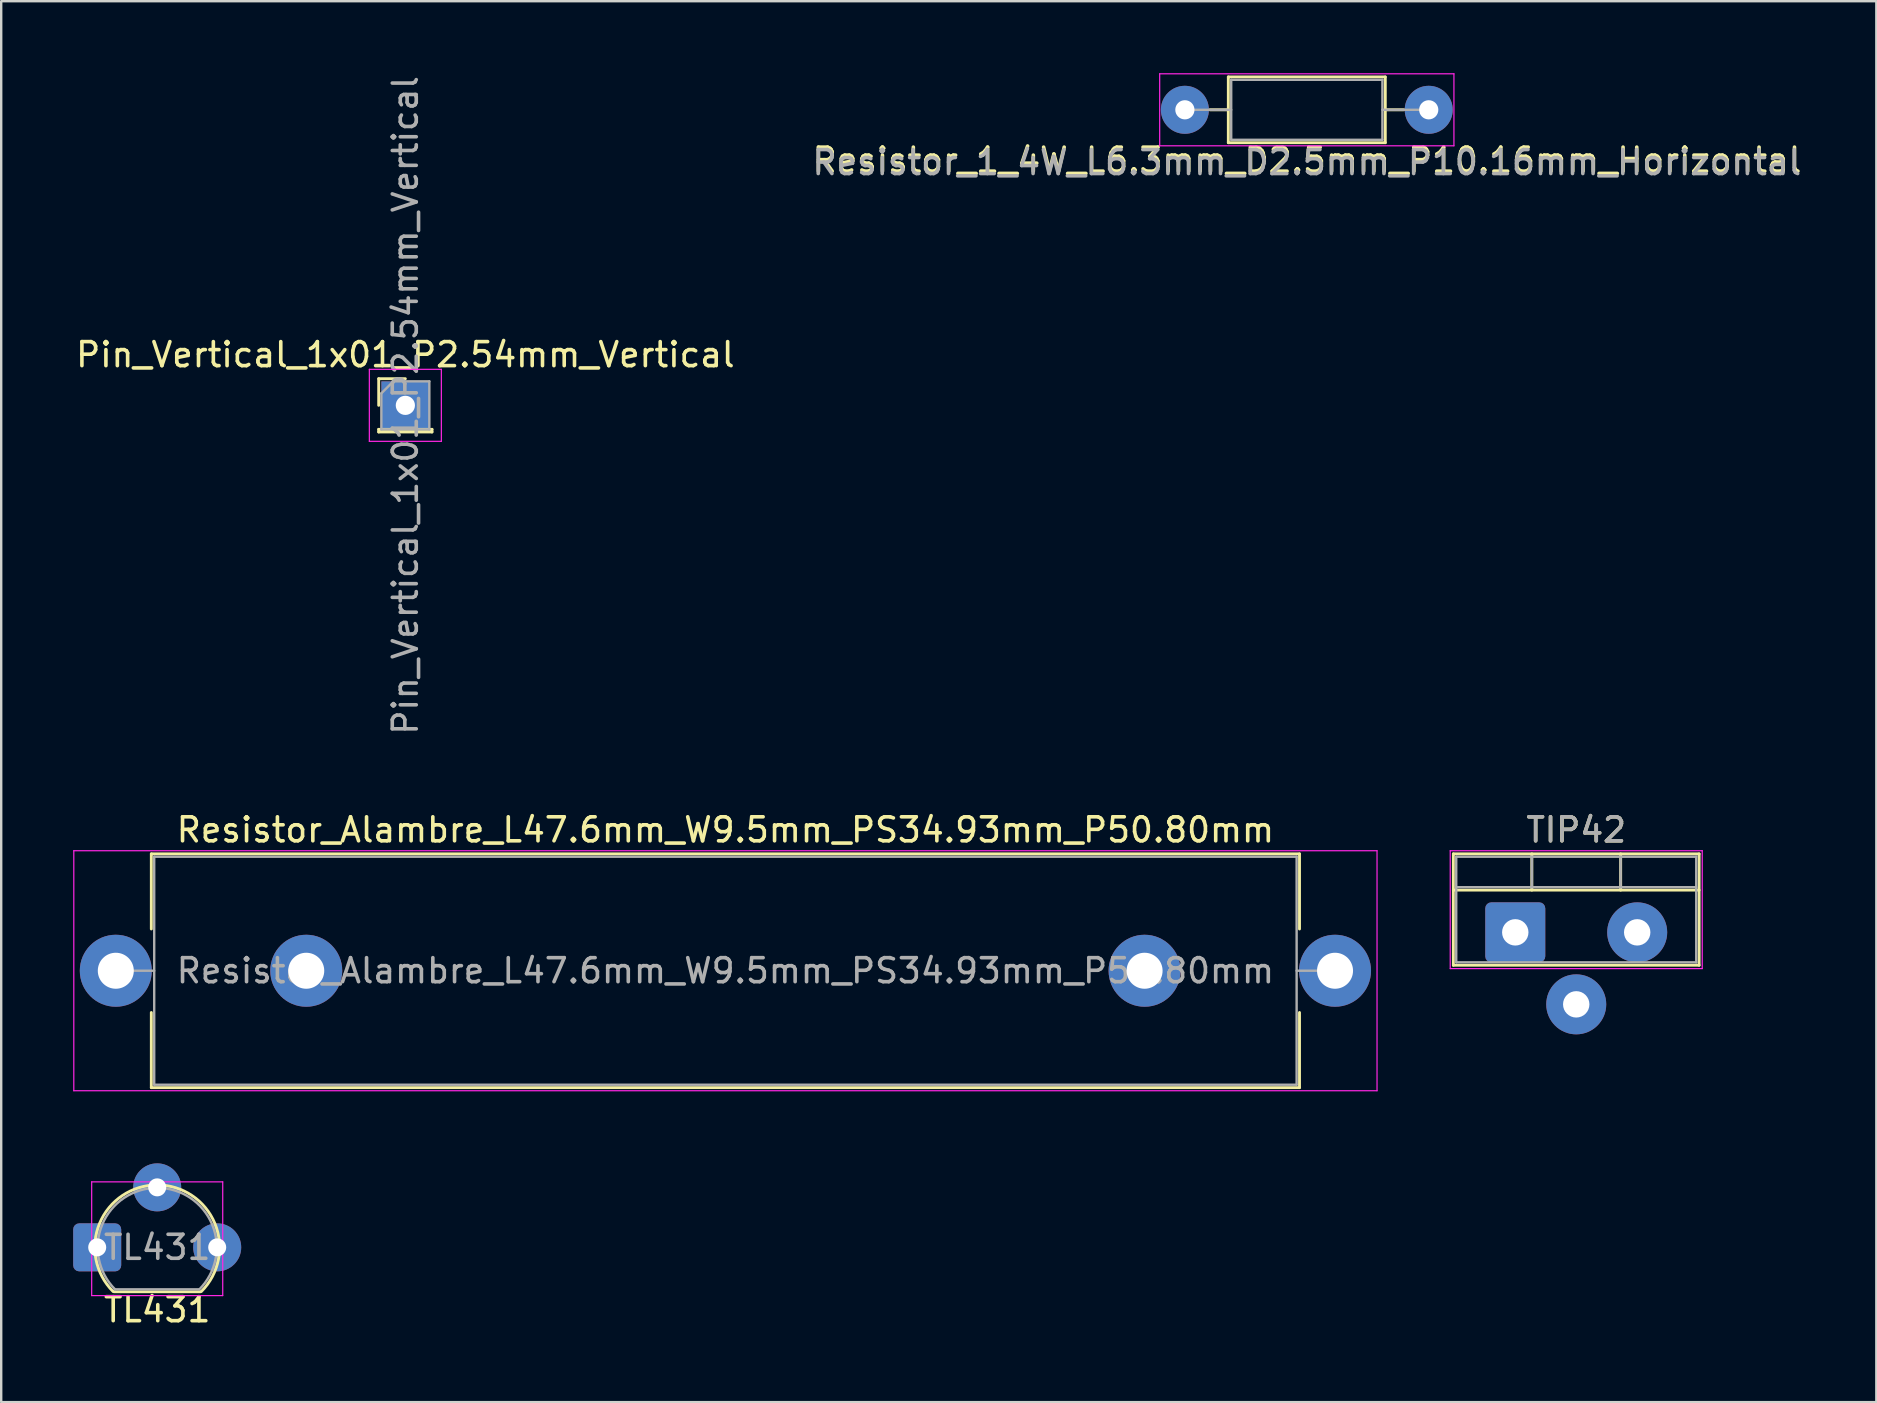
<source format=kicad_pcb>
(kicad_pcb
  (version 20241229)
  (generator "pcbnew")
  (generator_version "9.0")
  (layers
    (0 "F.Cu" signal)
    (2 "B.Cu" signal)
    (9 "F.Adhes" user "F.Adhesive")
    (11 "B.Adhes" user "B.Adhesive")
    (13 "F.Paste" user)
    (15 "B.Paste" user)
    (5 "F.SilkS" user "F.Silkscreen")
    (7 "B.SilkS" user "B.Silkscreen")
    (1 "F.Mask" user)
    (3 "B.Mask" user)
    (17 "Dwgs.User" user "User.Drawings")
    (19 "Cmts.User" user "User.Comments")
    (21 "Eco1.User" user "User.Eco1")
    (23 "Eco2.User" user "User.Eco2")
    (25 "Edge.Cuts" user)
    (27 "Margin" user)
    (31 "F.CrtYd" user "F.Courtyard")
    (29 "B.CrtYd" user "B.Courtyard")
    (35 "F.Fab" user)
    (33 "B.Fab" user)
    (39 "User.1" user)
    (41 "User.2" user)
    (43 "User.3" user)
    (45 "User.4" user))
  (footprint "Resistor_1_4W_L6.3mm_D2.5mm_P10.16mm_Horizontal"
    (layer "F.Cu")
    (at 51.399 1.525)
    (property "Reference" "Resistor_1_4W_L6.3mm_D2.5mm_P10.16mm_Horizontal" (at 0.01 2.1 0) (layer "F.SilkS") (effects (font (size 1 1) (thickness 0.15))))
    (attr through_hole)
    (fp_line (start -4.04 0) (end -3.27 0) (stroke (width 0.12) (type solid)) (layer "F.SilkS"))
    (fp_line (start -3.27 -1.37) (end -3.27 1.37) (stroke (width 0.12) (type solid)) (layer "F.SilkS"))
    (fp_line (start -3.27 1.37) (end 3.27 1.37) (stroke (width 0.12) (type solid)) (layer "F.SilkS"))
    (fp_line (start 3.27 -1.37) (end -3.27 -1.37) (stroke (width 0.12) (type solid)) (layer "F.SilkS"))
    (fp_line (start 3.27 1.37) (end 3.27 -1.37) (stroke (width 0.12) (type solid)) (layer "F.SilkS"))
    (fp_line (start 4.04 0) (end 3.27 0) (stroke (width 0.12) (type solid)) (layer "F.SilkS"))
    (fp_line (start -6.13 -1.5) (end -6.13 1.5) (stroke (width 0.05) (type solid)) (layer "F.CrtYd"))
    (fp_line (start -6.13 1.5) (end 6.13 1.5) (stroke (width 0.05) (type solid)) (layer "F.CrtYd"))
    (fp_line (start 6.13 -1.5) (end -6.13 -1.5) (stroke (width 0.05) (type solid)) (layer "F.CrtYd"))
    (fp_line (start 6.13 1.5) (end 6.13 -1.5) (stroke (width 0.05) (type solid)) (layer "F.CrtYd"))
    (fp_line (start -5.08 0) (end -3.15 0) (stroke (width 0.1) (type solid)) (layer "F.Fab"))
    (fp_line (start -3.15 -1.25) (end -3.15 1.25) (stroke (width 0.1) (type solid)) (layer "F.Fab"))
    (fp_line (start -3.15 1.25) (end 3.15 1.25) (stroke (width 0.1) (type solid)) (layer "F.Fab"))
    (fp_line (start 3.15 -1.25) (end -3.15 -1.25) (stroke (width 0.1) (type solid)) (layer "F.Fab"))
    (fp_line (start 3.15 1.25) (end 3.15 -1.25) (stroke (width 0.1) (type solid)) (layer "F.Fab"))
    (fp_line (start 5.08 0) (end 3.15 0) (stroke (width 0.1) (type solid)) (layer "F.Fab"))
    (fp_text user "${REFERENCE}" (at 0 2.2 0) (layer "F.Fab") (effects (font (size 1 1) (thickness 0.15))))
    (pad "1" thru_hole circle (at -5.08 0) (size 2 2) (drill 0.8) (layers "*.Cu" "*.Mask"))
    (pad "2" thru_hole circle (at 5.08 0) (size 2 2) (drill 0.8) (layers "*.Cu" "*.Mask")))
  (footprint "Pin_Vertical_1x01_P2.54mm_Vertical"
    (layer "F.Cu")
    (at 13.839 13.839)
    (property "Reference" "Pin_Vertical_1x01_P2.54mm_Vertical" (at 0 -2.11 0) (layer "F.SilkS") (effects (font (size 1 1) (thickness 0.15))))
    (attr through_hole)
    (fp_line (start -1.11 -1.11) (end 0 -1.11) (stroke (width 0.12) (type solid)) (layer "F.SilkS"))
    (fp_line (start -1.11 0) (end -1.11 -1.11) (stroke (width 0.12) (type solid)) (layer "F.SilkS"))
    (fp_line (start -1.11 1) (end -1.11 1.11) (stroke (width 0.12) (type solid)) (layer "F.SilkS"))
    (fp_line (start -1.11 1) (end 1.11 1) (stroke (width 0.12) (type solid)) (layer "F.SilkS"))
    (fp_line (start -1.11 1.11) (end 1.11 1.11) (stroke (width 0.12) (type solid)) (layer "F.SilkS"))
    (fp_line (start 1.11 1) (end 1.11 1.11) (stroke (width 0.12) (type solid)) (layer "F.SilkS"))
    (fp_line (start -1.5 -1.5) (end -1.5 1.5) (stroke (width 0.05) (type solid)) (layer "F.CrtYd"))
    (fp_line (start -1.5 1.5) (end 1.5 1.5) (stroke (width 0.05) (type solid)) (layer "F.CrtYd"))
    (fp_line (start 1.5 -1.5) (end -1.5 -1.5) (stroke (width 0.05) (type solid)) (layer "F.CrtYd"))
    (fp_line (start 1.5 1.5) (end 1.5 -1.5) (stroke (width 0.05) (type solid)) (layer "F.CrtYd"))
    (fp_line (start -1 -0.5) (end -0.5 -1) (stroke (width 0.1) (type solid)) (layer "F.Fab"))
    (fp_line (start -1 1) (end -1 -0.5) (stroke (width 0.1) (type solid)) (layer "F.Fab"))
    (fp_line (start -0.5 -1) (end 1 -1) (stroke (width 0.1) (type solid)) (layer "F.Fab"))
    (fp_line (start 1 -1) (end 1 1) (stroke (width 0.1) (type solid)) (layer "F.Fab"))
    (fp_line (start 1 1) (end -1 1) (stroke (width 0.1) (type solid)) (layer "F.Fab"))
    (fp_text user "${REFERENCE}" (at 0 0 90) (layer "F.Fab") (effects (font (size 1 1) (thickness 0.15))))
    (pad "1" thru_hole rect (at 0 0) (size 2 2) (drill 0.8) (layers "*.Cu" "*.Mask")))
  (footprint "Resistor_Alambre_L47.6mm_W9.5mm_PS34.93mm_P50.80mm"
    (layer "F.Cu")
    (at 1.775 37.397)
    (property "Reference" "Resistor_Alambre_L47.6mm_W9.5mm_PS34.93mm_P50.80mm" (at 25.4 -5.87 0) (layer "F.SilkS") (effects (font (size 1 1) (thickness 0.15))))
    (attr through_hole)
    (fp_line (start 1.48 -4.87) (end 49.32 -4.87) (stroke (width 0.12) (type solid)) (layer "F.SilkS"))
    (fp_line (start 1.48 -1.74) (end 1.48 -4.87) (stroke (width 0.12) (type solid)) (layer "F.SilkS"))
    (fp_line (start 1.48 1.74) (end 1.48 4.87) (stroke (width 0.12) (type solid)) (layer "F.SilkS"))
    (fp_line (start 1.48 4.87) (end 49.32 4.87) (stroke (width 0.12) (type solid)) (layer "F.SilkS"))
    (fp_line (start 49.32 -4.87) (end 49.32 -1.74) (stroke (width 0.12) (type solid)) (layer "F.SilkS"))
    (fp_line (start 49.32 4.87) (end 49.32 1.74) (stroke (width 0.12) (type solid)) (layer "F.SilkS"))
    (fp_line (start -1.75 -5) (end -1.75 5) (stroke (width 0.05) (type solid)) (layer "F.CrtYd"))
    (fp_line (start -1.75 5) (end 52.55 5) (stroke (width 0.05) (type solid)) (layer "F.CrtYd"))
    (fp_line (start 52.55 -5) (end -1.75 -5) (stroke (width 0.05) (type solid)) (layer "F.CrtYd"))
    (fp_line (start 52.55 5) (end 52.55 -5) (stroke (width 0.05) (type solid)) (layer "F.CrtYd"))
    (fp_line (start 0 0) (end 1.6 0) (stroke (width 0.1) (type solid)) (layer "F.Fab"))
    (fp_line (start 1.6 -4.75) (end 1.6 4.75) (stroke (width 0.1) (type solid)) (layer "F.Fab"))
    (fp_line (start 1.6 4.75) (end 49.2 4.75) (stroke (width 0.1) (type solid)) (layer "F.Fab"))
    (fp_line (start 49.2 -4.75) (end 1.6 -4.75) (stroke (width 0.1) (type solid)) (layer "F.Fab"))
    (fp_line (start 49.2 4.75) (end 49.2 -4.75) (stroke (width 0.1) (type solid)) (layer "F.Fab"))
    (fp_line (start 50.8 0) (end 49.2 0) (stroke (width 0.1) (type solid)) (layer "F.Fab"))
    (fp_text user "${REFERENCE}" (at 25.4 0 0) (layer "F.Fab") (effects (font (size 1 1) (thickness 0.15))))
    (pad "1" thru_hole circle (at 0 0) (size 3 3) (drill 1.5) (layers "*.Cu" "*.Mask"))
    (pad "2" thru_hole oval (at 7.935 0) (size 3 3) (drill 1.5) (layers "*.Cu" "*.Mask"))
    (pad "3" thru_hole oval (at 42.865 0) (size 3 3) (drill 1.5) (layers "*.Cu" "*.Mask"))
    (pad "4" thru_hole oval (at 50.8 0) (size 3 3) (drill 1.5) (layers "*.Cu" "*.Mask")))
  (footprint "TL431"
    (layer "F.Cu")
    (at 3.5 48.922)
    (property "Reference" "TL431" (at 0 2.6 0) (layer "F.SilkS") (effects (font (size 1 1) (thickness 0.15))))
    (attr through_hole)
    (fp_line (start -1.8 1.85) (end 1.8 1.85) (stroke (width 0.12) (type solid)) (layer "F.SilkS"))
    (fp_arc (start -1.838478 1.838478) (mid -2.402087 -0.994977) (end 0 -2.6) (stroke (width 0.12) (type solid)) (layer "F.SilkS"))
    (fp_arc (start 0 -2.6) (mid 2.402087 -0.994977) (end 1.838478 1.838478) (stroke (width 0.12) (type solid)) (layer "F.SilkS"))
    (fp_line (start -2.73 -2.73) (end -2.73 2.01) (stroke (width 0.05) (type solid)) (layer "F.CrtYd"))
    (fp_line (start -2.73 -2.73) (end 2.73 -2.73) (stroke (width 0.05) (type solid)) (layer "F.CrtYd"))
    (fp_line (start 2.73 2.01) (end -2.73 2.01) (stroke (width 0.05) (type solid)) (layer "F.CrtYd"))
    (fp_line (start 2.73 2.01) (end 2.73 -2.73) (stroke (width 0.05) (type solid)) (layer "F.CrtYd"))
    (fp_line (start -1.77 1.75) (end 1.73 1.75) (stroke (width 0.1) (type solid)) (layer "F.Fab"))
    (fp_arc (start -1.753625 1.753625) (mid -2.291221 -0.949055) (end 0 -2.48) (stroke (width 0.1) (type solid)) (layer "F.Fab"))
    (fp_arc (start 0 -2.48) (mid 2.291221 -0.949055) (end 1.753625 1.753625) (stroke (width 0.1) (type solid)) (layer "F.Fab"))
    (fp_text user "${REFERENCE}" (at 0 0 0) (layer "F.Fab") (effects (font (size 1 1) (thickness 0.15))))
    (pad "1" thru_hole roundrect (at -2.5 0) (size 2 2) (drill 0.75) (layers "*.Cu" "*.Mask") (roundrect_rratio 0.125))
    (pad "2" thru_hole circle (at 0 -2.5) (size 2 2) (drill 0.75) (layers "*.Cu" "*.Mask"))
    (pad "3" thru_hole circle (at 2.5 0) (size 2 2) (drill 0.75) (layers "*.Cu" "*.Mask")))
  (footprint "TIP42"
    (layer "F.Cu")
    (at 60.085 35.797)
    (property "Reference" "TIP42" (at 2.54 -4.27 0) (layer "F.SilkS") (effects (font (size 1 1) (thickness 0.15))))
    (attr through_hole)
    (fp_line (start -2.58 -3.27) (end -2.58 1.371) (stroke (width 0.12) (type solid)) (layer "F.SilkS"))
    (fp_line (start -2.58 -3.27) (end 7.66 -3.27) (stroke (width 0.12) (type solid)) (layer "F.SilkS"))
    (fp_line (start -2.58 -1.76) (end 7.66 -1.76) (stroke (width 0.12) (type solid)) (layer "F.SilkS"))
    (fp_line (start -2.58 1.371) (end 7.66 1.371) (stroke (width 0.12) (type solid)) (layer "F.SilkS"))
    (fp_line (start 0.69 -3.27) (end 0.69 -1.76) (stroke (width 0.12) (type solid)) (layer "F.SilkS"))
    (fp_line (start 4.391 -3.27) (end 4.391 -1.76) (stroke (width 0.12) (type solid)) (layer "F.SilkS"))
    (fp_line (start 7.66 -3.27) (end 7.66 1.371) (stroke (width 0.12) (type solid)) (layer "F.SilkS"))
    (fp_line (start -2.71 -3.4) (end -2.71 1.51) (stroke (width 0.05) (type solid)) (layer "F.CrtYd"))
    (fp_line (start -2.71 1.51) (end 7.79 1.51) (stroke (width 0.05) (type solid)) (layer "F.CrtYd"))
    (fp_line (start 7.79 -3.4) (end -2.71 -3.4) (stroke (width 0.05) (type solid)) (layer "F.CrtYd"))
    (fp_line (start 7.79 1.51) (end 7.79 -3.4) (stroke (width 0.05) (type solid)) (layer "F.CrtYd"))
    (fp_line (start -2.46 -3.15) (end -2.46 1.25) (stroke (width 0.1) (type solid)) (layer "F.Fab"))
    (fp_line (start -2.46 -1.88) (end 7.54 -1.88) (stroke (width 0.1) (type solid)) (layer "F.Fab"))
    (fp_line (start -2.46 1.25) (end 7.54 1.25) (stroke (width 0.1) (type solid)) (layer "F.Fab"))
    (fp_line (start 0.69 -3.15) (end 0.69 -1.88) (stroke (width 0.1) (type solid)) (layer "F.Fab"))
    (fp_line (start 4.39 -3.15) (end 4.39 -1.88) (stroke (width 0.1) (type solid)) (layer "F.Fab"))
    (fp_line (start 7.54 -3.15) (end -2.46 -3.15) (stroke (width 0.1) (type solid)) (layer "F.Fab"))
    (fp_line (start 7.54 1.25) (end 7.54 -3.15) (stroke (width 0.1) (type solid)) (layer "F.Fab"))
    (fp_text user "${REFERENCE}" (at 2.54 -4.27 0) (layer "F.Fab") (effects (font (size 1 1) (thickness 0.15))))
    (pad "1" thru_hole roundrect (at 0 0) (size 2.5 2.5) (drill 1.1) (layers "*.Cu" "*.Mask") (roundrect_rratio 0.1))
    (pad "2" thru_hole oval (at 2.54 3) (size 2.5 2.5) (drill 1.1) (layers "*.Cu" "*.Mask"))
    (pad "3" thru_hole circle (at 5.08 0) (size 2.5 2.5) (drill 1.1) (layers "*.Cu" "*.Mask")))
  (gr_rect
    (start -3 -3)
    (end 75.129 55.37)
    (stroke (width 0.1) (type default))
    (fill no)
    (layer "Edge.Cuts")))
</source>
